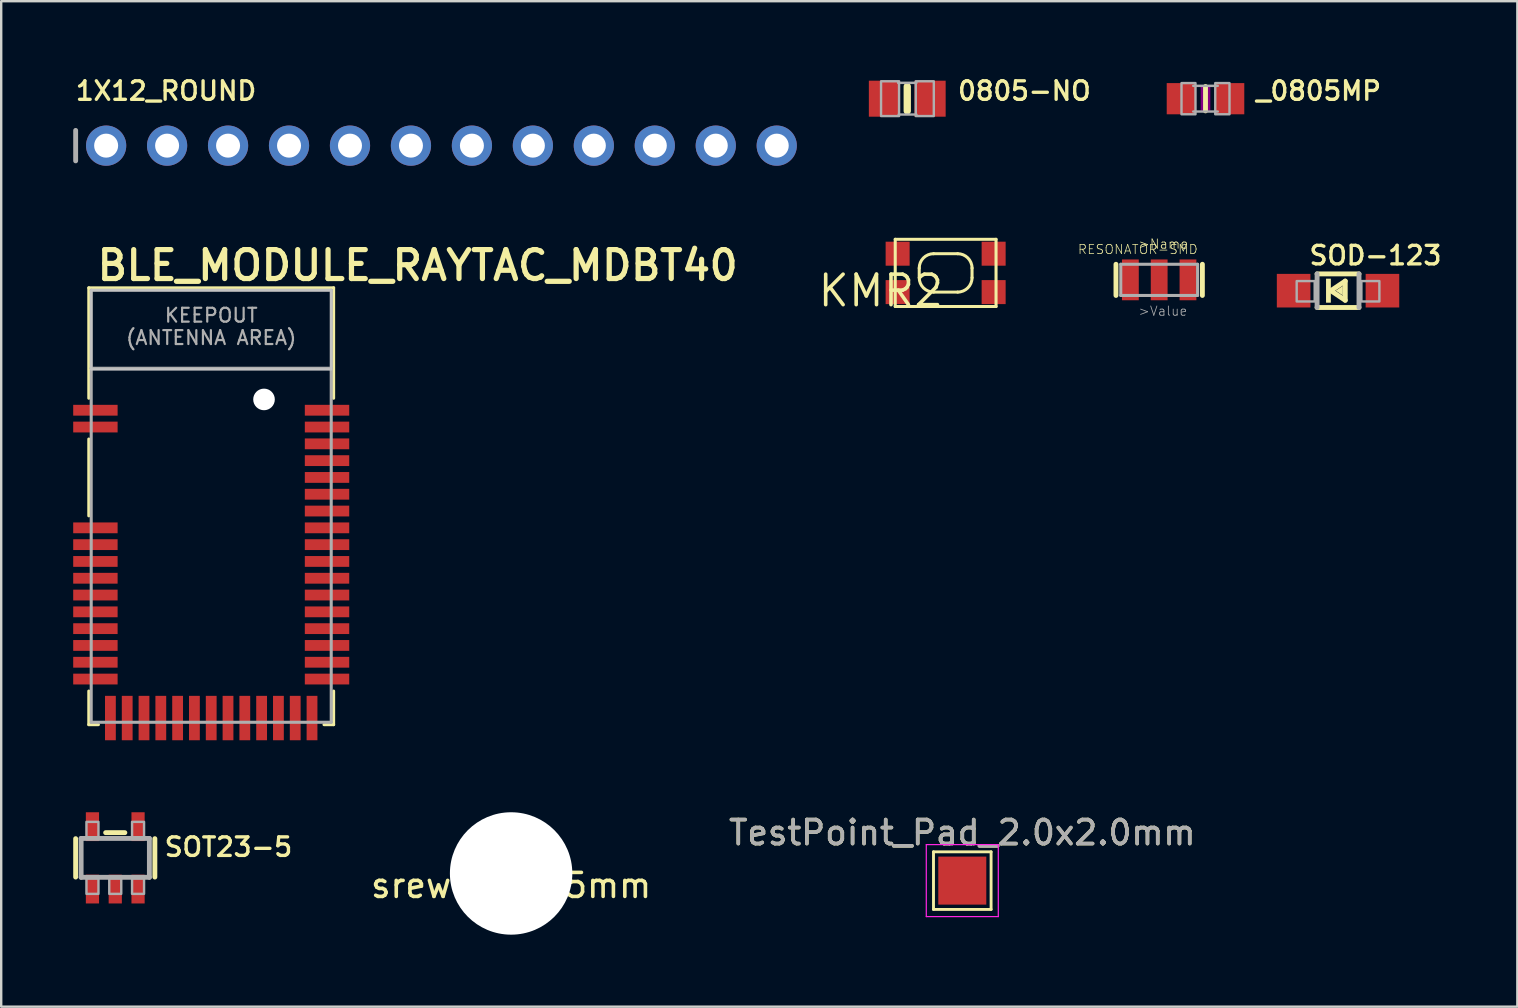
<source format=kicad_pcb>
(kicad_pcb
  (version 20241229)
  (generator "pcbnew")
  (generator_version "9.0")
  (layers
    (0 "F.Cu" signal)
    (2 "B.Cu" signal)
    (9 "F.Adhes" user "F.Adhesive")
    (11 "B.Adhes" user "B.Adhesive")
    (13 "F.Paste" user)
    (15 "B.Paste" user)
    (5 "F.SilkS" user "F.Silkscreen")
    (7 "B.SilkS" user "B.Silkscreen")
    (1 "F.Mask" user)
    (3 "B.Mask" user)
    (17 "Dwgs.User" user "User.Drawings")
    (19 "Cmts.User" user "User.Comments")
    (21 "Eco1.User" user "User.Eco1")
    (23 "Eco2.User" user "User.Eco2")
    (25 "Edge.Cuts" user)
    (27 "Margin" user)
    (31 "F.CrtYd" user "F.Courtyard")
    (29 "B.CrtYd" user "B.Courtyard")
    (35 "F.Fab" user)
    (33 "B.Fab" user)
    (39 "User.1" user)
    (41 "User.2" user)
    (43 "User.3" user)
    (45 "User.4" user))
  (footprint "SOT23-5"
    (layer "F.Cu")
    (at 1.752 32.692)
    (property "Reference" "SOT23-5" (at 1.978 0 180) (layer "F.SilkS") (effects (font (size 0.772 0.772) (thickness 0.139)) (justify left bottom)))
    (attr through_hole)
    (fp_line (start -1.65 -0.8) (end -1.65 0.8) (stroke (width 0.203) (type solid)) (layer "F.SilkS"))
    (fp_line (start -0.4 -1.05) (end 0.4 -1.05) (stroke (width 0.203) (type solid)) (layer "F.SilkS"))
    (fp_line (start 1.65 -0.8) (end 1.65 0.8) (stroke (width 0.203) (type solid)) (layer "F.SilkS"))
    (fp_line (start -1.422 -0.81) (end 1.422 -0.81) (stroke (width 0.203) (type solid)) (layer "F.Fab"))
    (fp_line (start -1.422 0.81) (end -1.422 -0.81) (stroke (width 0.203) (type solid)) (layer "F.Fab"))
    (fp_line (start 1.422 -0.81) (end 1.422 0.81) (stroke (width 0.203) (type solid)) (layer "F.Fab"))
    (fp_line (start 1.422 0.81) (end -1.422 0.81) (stroke (width 0.203) (type solid)) (layer "F.Fab"))
    (fp_poly (pts (xy -1.2 -0.85) (xy -0.7 -0.85) (xy -0.7 -1.5) (xy -1.2 -1.5)) (stroke (width 0.1) (type solid)) (fill no) (layer "F.Fab"))
    (fp_poly (pts (xy -1.2 1.5) (xy -0.7 1.5) (xy -0.7 0.85) (xy -1.2 0.85)) (stroke (width 0.1) (type solid)) (fill no) (layer "F.Fab"))
    (fp_poly (pts (xy -0.25 1.5) (xy 0.25 1.5) (xy 0.25 0.85) (xy -0.25 0.85)) (stroke (width 0.1) (type solid)) (fill no) (layer "F.Fab"))
    (fp_poly (pts (xy 0.7 -0.85) (xy 1.2 -0.85) (xy 1.2 -1.5) (xy 0.7 -1.5)) (stroke (width 0.1) (type solid)) (fill no) (layer "F.Fab"))
    (fp_poly (pts (xy 0.7 1.5) (xy 1.2 1.5) (xy 1.2 0.85) (xy 0.7 0.85)) (stroke (width 0.1) (type solid)) (fill no) (layer "F.Fab"))
    (pad "1" smd rect (at -0.95 1.3) (size 0.55 1.2) (layers "F.Cu" "F.Mask" "F.Paste"))
    (pad "2" smd rect (at 0 1.3) (size 0.55 1.2) (layers "F.Cu" "F.Mask" "F.Paste"))
    (pad "3" smd rect (at 0.95 1.3) (size 0.55 1.2) (layers "F.Cu" "F.Mask" "F.Paste"))
    (pad "4" smd rect (at 0.95 -1.3) (size 0.55 1.2) (layers "F.Cu" "F.Mask" "F.Paste"))
    (pad "5" smd rect (at -0.95 -1.3) (size 0.55 1.2) (layers "F.Cu" "F.Mask" "F.Paste")))
  (footprint "KMR2"
    (layer "F.Cu")
    (at 36.349 8.32)
    (property "Reference" "KMR2" (at 0 0 0) (layer "F.SilkS") (effects (font (size 1.27 1.27) (thickness 0.15)) (justify right top)))
    (attr through_hole)
    (fp_line (start -2.1 -1.4) (end 2.1 -1.4) (stroke (width 0.127) (type solid)) (layer "F.SilkS"))
    (fp_line (start -2.1 1.4) (end -2.1 -1.4) (stroke (width 0.127) (type solid)) (layer "F.SilkS"))
    (fp_line (start -1.1 0.2) (end -1.1 -0.2) (stroke (width 0.127) (type solid)) (layer "F.SilkS"))
    (fp_line (start -0.5 -0.8) (end 0.5 -0.8) (stroke (width 0.127) (type solid)) (layer "F.SilkS"))
    (fp_line (start 0.5 0.8) (end -0.5 0.8) (stroke (width 0.127) (type solid)) (layer "F.SilkS"))
    (fp_line (start 1.1 -0.2) (end 1.1 0.2) (stroke (width 0.127) (type solid)) (layer "F.SilkS"))
    (fp_line (start 2.1 -1.4) (end 2.1 1.4) (stroke (width 0.127) (type solid)) (layer "F.SilkS"))
    (fp_line (start 2.1 1.4) (end -2.1 1.4) (stroke (width 0.127) (type solid)) (layer "F.SilkS"))
    (fp_arc (start -1.1 -0.2) (mid -0.924263 -0.624264) (end -0.499998 -0.8) (stroke (width 0.127) (type solid)) (layer "F.SilkS"))
    (fp_arc (start -0.5 0.8) (mid -0.924264 0.624263) (end -1.1 0.199998) (stroke (width 0.127) (type solid)) (layer "F.SilkS"))
    (fp_arc (start 0.5 -0.8) (mid 0.924264 -0.624263) (end 1.1 -0.199998) (stroke (width 0.127) (type solid)) (layer "F.SilkS"))
    (fp_arc (start 1.1 0.2) (mid 0.924263 0.624264) (end 0.499998 0.8) (stroke (width 0.127) (type solid)) (layer "F.SilkS"))
    (pad "1" smd rect (at 2 -0.8) (size 1 1) (layers "F.Cu" "F.Mask" "F.Paste"))
    (pad "2" smd rect (at 2 0.8) (size 1 1) (layers "F.Cu" "F.Mask" "F.Paste"))
    (pad "3" smd rect (at -2 -0.8) (size 1 1) (layers "F.Cu" "F.Mask" "F.Paste"))
    (pad "4" smd rect (at -2 0.8) (size 1 1) (layers "F.Cu" "F.Mask" "F.Paste")))
  (footprint "_0805MP"
    (layer "F.Cu")
    (at 47.176 1.062)
    (property "Reference" "_0805MP" (at 2.032 0.127 180) (layer "F.SilkS") (effects (font (size 0.772 0.772) (thickness 0.139)) (justify left bottom)))
    (attr through_hole)
    (fp_line (start 0 -0.508) (end 0 0.508) (stroke (width 0.203) (type solid)) (layer "F.SilkS"))
    (fp_poly (pts (xy -0.2 0.5) (xy 0.2 0.5) (xy 0.2 -0.5) (xy -0.2 -0.5)) (stroke (width 0) (type solid)) (fill yes) (layer "F.Adhes"))
    (fp_line (start -0.51 -0.535) (end 0.51 -0.535) (stroke (width 0.102) (type solid)) (layer "F.Fab"))
    (fp_line (start -0.51 0.535) (end 0.51 0.535) (stroke (width 0.102) (type solid)) (layer "F.Fab"))
    (fp_poly (pts (xy -1 0.65) (xy -0.417 0.65) (xy -0.417 -0.65) (xy -1 -0.65)) (stroke (width 0.1) (type solid)) (fill no) (layer "F.Fab"))
    (fp_poly (pts (xy 0.406 0.65) (xy 1 0.65) (xy 1 -0.65) (xy 0.406 -0.65)) (stroke (width 0.1) (type solid)) (fill no) (layer "F.Fab"))
    (pad "1" smd rect (at -1.016 0) (size 1.2 1.3) (layers "F.Cu" "F.Mask" "F.Paste"))
    (pad "2" smd rect (at 1.016 0) (size 1.2 1.3) (layers "F.Cu" "F.Mask" "F.Paste")))
  (footprint "TestPoint_Pad_2.0x2.0mm"
    (layer "F.Cu")
    (at 37.043 33.64)
    (property "Reference" "TestPoint_Pad_2.0x2.0mm" (at 0 -1.998 0) (layer "F.SilkS") (effects (font (size 1 1) (thickness 0.15))))
    (attr exclude_from_pos_files exclude_from_bom)
    (fp_line (start -1.2 -1.2) (end 1.2 -1.2) (stroke (width 0.12) (type solid)) (layer "F.SilkS"))
    (fp_line (start -1.2 1.2) (end -1.2 -1.2) (stroke (width 0.12) (type solid)) (layer "F.SilkS"))
    (fp_line (start 1.2 -1.2) (end 1.2 1.2) (stroke (width 0.12) (type solid)) (layer "F.SilkS"))
    (fp_line (start 1.2 1.2) (end -1.2 1.2) (stroke (width 0.12) (type solid)) (layer "F.SilkS"))
    (fp_line (start -1.5 -1.5) (end -1.5 1.5) (stroke (width 0.05) (type solid)) (layer "F.CrtYd"))
    (fp_line (start -1.5 -1.5) (end 1.5 -1.5) (stroke (width 0.05) (type solid)) (layer "F.CrtYd"))
    (fp_line (start 1.5 1.5) (end -1.5 1.5) (stroke (width 0.05) (type solid)) (layer "F.CrtYd"))
    (fp_line (start 1.5 1.5) (end 1.5 -1.5) (stroke (width 0.05) (type solid)) (layer "F.CrtYd"))
    (fp_text user "${REFERENCE}" (at 0 -2 0) (layer "F.Fab") (effects (font (size 1 1) (thickness 0.15))))
    (pad "1" smd rect (at 0 0) (size 2 2) (layers "F.Cu" "F.Mask")))
  (footprint "1X12_ROUND"
    (layer "F.Cu")
    (at 15.342 3.018)
    (property "Reference" "1X12_ROUND" (at -15.316 -1.829 0) (layer "F.SilkS") (effects (font (size 0.772 0.772) (thickness 0.139)) (justify left bottom)))
    (attr through_hole)
    (fp_line (start -15.24 -0.635) (end -15.24 0.635) (stroke (width 0.203) (type solid)) (layer "F.Fab"))
    (fp_poly (pts (xy -14.224 0.254) (xy -13.716 0.254) (xy -13.716 -0.254) (xy -14.224 -0.254)) (stroke (width 0.1) (type solid)) (fill no) (layer "F.Fab"))
    (fp_poly (pts (xy -11.684 0.254) (xy -11.176 0.254) (xy -11.176 -0.254) (xy -11.684 -0.254)) (stroke (width 0.1) (type solid)) (fill no) (layer "F.Fab"))
    (fp_poly (pts (xy -9.144 0.254) (xy -8.636 0.254) (xy -8.636 -0.254) (xy -9.144 -0.254)) (stroke (width 0.1) (type solid)) (fill no) (layer "F.Fab"))
    (fp_poly (pts (xy -6.604 0.254) (xy -6.096 0.254) (xy -6.096 -0.254) (xy -6.604 -0.254)) (stroke (width 0.1) (type solid)) (fill no) (layer "F.Fab"))
    (fp_poly (pts (xy -4.064 0.254) (xy -3.556 0.254) (xy -3.556 -0.254) (xy -4.064 -0.254)) (stroke (width 0.1) (type solid)) (fill no) (layer "F.Fab"))
    (fp_poly (pts (xy -1.524 0.254) (xy -1.016 0.254) (xy -1.016 -0.254) (xy -1.524 -0.254)) (stroke (width 0.1) (type solid)) (fill no) (layer "F.Fab"))
    (fp_poly (pts (xy 1.016 0.254) (xy 1.524 0.254) (xy 1.524 -0.254) (xy 1.016 -0.254)) (stroke (width 0.1) (type solid)) (fill no) (layer "F.Fab"))
    (fp_poly (pts (xy 3.556 0.254) (xy 4.064 0.254) (xy 4.064 -0.254) (xy 3.556 -0.254)) (stroke (width 0.1) (type solid)) (fill no) (layer "F.Fab"))
    (fp_poly (pts (xy 6.096 0.254) (xy 6.604 0.254) (xy 6.604 -0.254) (xy 6.096 -0.254)) (stroke (width 0.1) (type solid)) (fill no) (layer "F.Fab"))
    (fp_poly (pts (xy 8.636 0.254) (xy 9.144 0.254) (xy 9.144 -0.254) (xy 8.636 -0.254)) (stroke (width 0.1) (type solid)) (fill no) (layer "F.Fab"))
    (fp_poly (pts (xy 11.176 0.254) (xy 11.684 0.254) (xy 11.684 -0.254) (xy 11.176 -0.254)) (stroke (width 0.1) (type solid)) (fill no) (layer "F.Fab"))
    (fp_poly (pts (xy 13.716 0.254) (xy 14.224 0.254) (xy 14.224 -0.254) (xy 13.716 -0.254)) (stroke (width 0.1) (type solid)) (fill no) (layer "F.Fab"))
    (pad "1" thru_hole circle (at -13.97 0 90) (size 1.676 1.676) (drill 1) (layers "*.Cu" "*.Mask"))
    (pad "2" thru_hole circle (at -11.43 0 90) (size 1.676 1.676) (drill 1) (layers "*.Cu" "*.Mask"))
    (pad "3" thru_hole circle (at -8.89 0 90) (size 1.676 1.676) (drill 1) (layers "*.Cu" "*.Mask"))
    (pad "4" thru_hole circle (at -6.35 0 90) (size 1.676 1.676) (drill 1) (layers "*.Cu" "*.Mask"))
    (pad "5" thru_hole circle (at -3.81 0 90) (size 1.676 1.676) (drill 1) (layers "*.Cu" "*.Mask"))
    (pad "6" thru_hole circle (at -1.27 0 90) (size 1.676 1.676) (drill 1) (layers "*.Cu" "*.Mask"))
    (pad "7" thru_hole circle (at 1.27 0 90) (size 1.676 1.676) (drill 1) (layers "*.Cu" "*.Mask"))
    (pad "8" thru_hole circle (at 3.81 0 90) (size 1.676 1.676) (drill 1) (layers "*.Cu" "*.Mask"))
    (pad "9" thru_hole circle (at 6.35 0 90) (size 1.676 1.676) (drill 1) (layers "*.Cu" "*.Mask"))
    (pad "10" thru_hole circle (at 8.89 0 90) (size 1.676 1.676) (drill 1) (layers "*.Cu" "*.Mask"))
    (pad "11" thru_hole circle (at 11.43 0 90) (size 1.676 1.676) (drill 1) (layers "*.Cu" "*.Mask"))
    (pad "12" thru_hole circle (at 13.97 0 90) (size 1.676 1.676) (drill 1) (layers "*.Cu" "*.Mask")))
  (footprint "BLE_MODULE_RAYTAC_MDBT40"
    (layer "F.Cu")
    (at 5.75 18.042)
    (property "Reference" "BLE_MODULE_RAYTAC_MDBT40" (at -4.866 -9.328 180) (layer "F.SilkS") (effects (font (size 1.206 1.206) (thickness 0.217)) (justify left bottom)))
    (attr through_hole)
    (fp_line (start -5.1 -9.1) (end 5.1 -9.1) (stroke (width 0.127) (type solid)) (layer "F.SilkS"))
    (fp_line (start -5.1 -4.5) (end -5.1 -9.1) (stroke (width 0.127) (type solid)) (layer "F.SilkS"))
    (fp_line (start -5.1 -2.8) (end -5.1 0.4) (stroke (width 0.127) (type solid)) (layer "F.SilkS"))
    (fp_line (start -5.1 7.7) (end -5.1 9.1) (stroke (width 0.127) (type solid)) (layer "F.SilkS"))
    (fp_line (start -5.1 9.1) (end -4.7 9.1) (stroke (width 0.127) (type solid)) (layer "F.SilkS"))
    (fp_line (start 4.7 9.1) (end 5.1 9.1) (stroke (width 0.127) (type solid)) (layer "F.SilkS"))
    (fp_line (start 5.1 -9.1) (end 5.1 -4.5) (stroke (width 0.127) (type solid)) (layer "F.SilkS"))
    (fp_line (start 5.1 9.1) (end 5.1 7.7) (stroke (width 0.127) (type solid)) (layer "F.SilkS"))
    (fp_poly (pts (xy -5 -5.7) (xy 5 -5.7) (xy 5 -9) (xy -5 -9)) (stroke (width 0.1) (type solid)) (fill no) (layer "Dwgs.User"))
    (fp_line (start -5 -9) (end 5 -9) (stroke (width 0.127) (type solid)) (layer "F.Fab"))
    (fp_line (start -5 -5.75) (end -5 -9) (stroke (width 0.127) (type solid)) (layer "F.Fab"))
    (fp_line (start -5 -5.75) (end 5 -5.75) (stroke (width 0.127) (type solid)) (layer "F.Fab"))
    (fp_line (start -5 9) (end -5 -5.75) (stroke (width 0.127) (type solid)) (layer "F.Fab"))
    (fp_line (start 5 -9) (end 5 -5.75) (stroke (width 0.127) (type solid)) (layer "F.Fab"))
    (fp_line (start 5 -5.75) (end 5 9) (stroke (width 0.127) (type solid)) (layer "F.Fab"))
    (fp_line (start 5 9) (end -5 9) (stroke (width 0.127) (type solid)) (layer "F.Fab"))
    (fp_text user "KEEPOUT\n(ANTENNA AREA)" (at 0 -7.488 0) (layer "F.Fab") (effects (font (size 0.579 0.579) (thickness 0.091))))
    (pad "" np_thru_hole circle (at 2.2 -4.45) (size 0.9 0.9) (drill 0.9) (layers "*.Cu" "*.Mask"))
    (pad "1" smd rect (at -4.825 -4) (size 1.85 0.45) (layers "F.Cu" "F.Mask" "F.Paste"))
    (pad "2" smd rect (at -4.825 -3.3) (size 1.85 0.45) (layers "F.Cu" "F.Mask" "F.Paste"))
    (pad "3" smd rect (at -4.825 0.9) (size 1.85 0.45) (layers "F.Cu" "F.Mask" "F.Paste"))
    (pad "4" smd rect (at -4.825 1.6) (size 1.85 0.45) (layers "F.Cu" "F.Mask" "F.Paste"))
    (pad "5" smd rect (at -4.825 2.3) (size 1.85 0.45) (layers "F.Cu" "F.Mask" "F.Paste"))
    (pad "6" smd rect (at -4.825 3) (size 1.85 0.45) (layers "F.Cu" "F.Mask" "F.Paste"))
    (pad "7" smd rect (at -4.825 3.7) (size 1.85 0.45) (layers "F.Cu" "F.Mask" "F.Paste"))
    (pad "8" smd rect (at -4.825 4.4) (size 1.85 0.45) (layers "F.Cu" "F.Mask" "F.Paste"))
    (pad "9" smd rect (at -4.825 5.1) (size 1.85 0.45) (layers "F.Cu" "F.Mask" "F.Paste"))
    (pad "10" smd rect (at -4.825 5.8) (size 1.85 0.45) (layers "F.Cu" "F.Mask" "F.Paste"))
    (pad "11" smd rect (at -4.825 6.5) (size 1.85 0.45) (layers "F.Cu" "F.Mask" "F.Paste"))
    (pad "12" smd rect (at -4.825 7.2) (size 1.85 0.45) (layers "F.Cu" "F.Mask" "F.Paste"))
    (pad "13" smd rect (at -4.2 8.825 90) (size 1.85 0.45) (layers "F.Cu" "F.Mask" "F.Paste"))
    (pad "14" smd rect (at -3.5 8.825 90) (size 1.85 0.45) (layers "F.Cu" "F.Mask" "F.Paste"))
    (pad "15" smd rect (at -2.8 8.825 90) (size 1.85 0.45) (layers "F.Cu" "F.Mask" "F.Paste"))
    (pad "16" smd rect (at -2.1 8.825 90) (size 1.85 0.45) (layers "F.Cu" "F.Mask" "F.Paste"))
    (pad "17" smd rect (at -1.4 8.825 90) (size 1.85 0.45) (layers "F.Cu" "F.Mask" "F.Paste"))
    (pad "18" smd rect (at -0.7 8.825 90) (size 1.85 0.45) (layers "F.Cu" "F.Mask" "F.Paste"))
    (pad "19" smd rect (at 0 8.825 90) (size 1.85 0.45) (layers "F.Cu" "F.Mask" "F.Paste"))
    (pad "20" smd rect (at 0.7 8.825 90) (size 1.85 0.45) (layers "F.Cu" "F.Mask" "F.Paste"))
    (pad "21" smd rect (at 1.4 8.825 90) (size 1.85 0.45) (layers "F.Cu" "F.Mask" "F.Paste"))
    (pad "22" smd rect (at 2.1 8.825 90) (size 1.85 0.45) (layers "F.Cu" "F.Mask" "F.Paste"))
    (pad "23" smd rect (at 2.8 8.825 90) (size 1.85 0.45) (layers "F.Cu" "F.Mask" "F.Paste"))
    (pad "24" smd rect (at 3.5 8.825 90) (size 1.85 0.45) (layers "F.Cu" "F.Mask" "F.Paste"))
    (pad "25" smd rect (at 4.2 8.825 90) (size 1.85 0.45) (layers "F.Cu" "F.Mask" "F.Paste"))
    (pad "26" smd rect (at 4.825 7.2) (size 1.85 0.45) (layers "F.Cu" "F.Mask" "F.Paste"))
    (pad "27" smd rect (at 4.825 6.5) (size 1.85 0.45) (layers "F.Cu" "F.Mask" "F.Paste"))
    (pad "28" smd rect (at 4.825 5.8) (size 1.85 0.45) (layers "F.Cu" "F.Mask" "F.Paste"))
    (pad "29" smd rect (at 4.825 5.1) (size 1.85 0.45) (layers "F.Cu" "F.Mask" "F.Paste"))
    (pad "30" smd rect (at 4.825 4.4) (size 1.85 0.45) (layers "F.Cu" "F.Mask" "F.Paste"))
    (pad "31" smd rect (at 4.825 3.7) (size 1.85 0.45) (layers "F.Cu" "F.Mask" "F.Paste"))
    (pad "32" smd rect (at 4.825 3) (size 1.85 0.45) (layers "F.Cu" "F.Mask" "F.Paste"))
    (pad "33" smd rect (at 4.825 2.3) (size 1.85 0.45) (layers "F.Cu" "F.Mask" "F.Paste"))
    (pad "34" smd rect (at 4.825 1.6) (size 1.85 0.45) (layers "F.Cu" "F.Mask" "F.Paste"))
    (pad "35" smd rect (at 4.825 0.9) (size 1.85 0.45) (layers "F.Cu" "F.Mask" "F.Paste"))
    (pad "36" smd rect (at 4.825 0.2) (size 1.85 0.45) (layers "F.Cu" "F.Mask" "F.Paste"))
    (pad "37" smd rect (at 4.825 -0.5) (size 1.85 0.45) (layers "F.Cu" "F.Mask" "F.Paste"))
    (pad "38" smd rect (at 4.825 -1.2) (size 1.85 0.45) (layers "F.Cu" "F.Mask" "F.Paste"))
    (pad "39" smd rect (at 4.825 -1.9) (size 1.85 0.45) (layers "F.Cu" "F.Mask" "F.Paste"))
    (pad "40" smd rect (at 4.825 -2.6) (size 1.85 0.45) (layers "F.Cu" "F.Mask" "F.Paste"))
    (pad "41" smd rect (at 4.825 -3.3) (size 1.85 0.45) (layers "F.Cu" "F.Mask" "F.Paste"))
    (pad "42" smd rect (at 4.825 -4) (size 1.85 0.45) (layers "F.Cu" "F.Mask" "F.Paste")))
  (footprint "srew hole 5mm"
    (layer "F.Cu")
    (at 18.245 33.342)
    (property "Reference" "srew hole 5mm" (at 0 0.5 0) (layer "F.SilkS") (effects (font (size 1 1) (thickness 0.15))))
    (attr through_hole)
    (fp_circle (center 0 0) (end 1.27 1.27) (stroke (width 0.12) (type solid)) (fill no) (layer "Dwgs.User"))
    (fp_poly (pts (xy 1.27 -1.27) (xy 1.796 0) (xy 1.27 1.27) (xy 0 1.796) (xy -1.27 1.27) (xy -1.796 0) (xy -1.27 -1.27) (xy 0 -1.796)) (stroke (width 0.1) (type solid)) (fill no) (layer "Dwgs.User"))
    (pad "" np_thru_hole circle (at 0 0) (size 5.1 5.1) (drill 5.1) (layers "*.Cu" "*.Mask")))
  (footprint "SOD-123"
    (layer "F.Cu")
    (at 52.698 9.061)
    (property "Reference" "SOD-123" (at -1.27 -1.016 180) (layer "F.SilkS") (effects (font (size 0.772 0.772) (thickness 0.139)) (justify left bottom)))
    (attr through_hole)
    (fp_line (start -0.873 -0.7) (end 0.873 -0.7) (stroke (width 0.203) (type solid)) (layer "F.SilkS"))
    (fp_line (start -0.3 0) (end 0.3 -0.4) (stroke (width 0.203) (type solid)) (layer "F.SilkS"))
    (fp_line (start 0.3 -0.4) (end 0.3 0.4) (stroke (width 0.203) (type solid)) (layer "F.SilkS"))
    (fp_line (start 0.3 0.4) (end -0.3 0) (stroke (width 0.203) (type solid)) (layer "F.SilkS"))
    (fp_line (start 0.873 0.7) (end -0.873 0.7) (stroke (width 0.203) (type solid)) (layer "F.SilkS"))
    (fp_poly (pts (xy -0.1 0) (xy 0.2 -0.2) (xy 0.2 0.2)) (stroke (width 0) (type solid)) (fill yes) (layer "F.SilkS"))
    (fp_poly (pts (xy -0.5 0.5) (xy -0.3 0.5) (xy -0.3 -0.5) (xy -0.5 -0.5)) (stroke (width 0) (type solid)) (fill yes) (layer "F.SilkS"))
    (fp_line (start -0.873 0.7) (end -0.873 -0.7) (stroke (width 0.203) (type solid)) (layer "F.Fab"))
    (fp_line (start 0.873 -0.7) (end 0.873 0.7) (stroke (width 0.203) (type solid)) (layer "F.Fab"))
    (fp_poly (pts (xy -1.723 0.45) (xy -0.973 0.45) (xy -0.973 -0.4) (xy -1.723 -0.4)) (stroke (width 0.1) (type solid)) (fill no) (layer "F.Fab"))
    (fp_poly (pts (xy 0.973 0.45) (xy 1.723 0.45) (xy 1.723 -0.4) (xy 0.973 -0.4)) (stroke (width 0.1) (type solid)) (fill no) (layer "F.Fab"))
    (pad "A" smd rect (at 1.85 0 90) (size 1.4 1.4) (layers "F.Cu" "F.Mask" "F.Paste"))
    (pad "C" smd rect (at -1.85 0 90) (size 1.4 1.4) (layers "F.Cu" "F.Mask" "F.Paste")))
  (footprint "0805-NO"
    (layer "F.Cu")
    (at 34.75 1.062)
    (property "Reference" "0805-NO" (at 2.032 0.127 0) (layer "F.SilkS") (effects (font (size 0.772 0.772) (thickness 0.139)) (justify left bottom)))
    (attr through_hole)
    (fp_line (start 0 -0.508) (end 0 0.508) (stroke (width 0.305) (type solid)) (layer "F.SilkS"))
    (fp_line (start -0.381 -0.66) (end 0.381 -0.66) (stroke (width 0.102) (type solid)) (layer "F.Fab"))
    (fp_line (start -0.356 0.66) (end 0.381 0.66) (stroke (width 0.102) (type solid)) (layer "F.Fab"))
    (fp_poly (pts (xy -1.092 0.724) (xy -0.342 0.724) (xy -0.342 -0.726) (xy -1.092 -0.726)) (stroke (width 0.1) (type solid)) (fill no) (layer "F.Fab"))
    (fp_poly (pts (xy 0.356 0.724) (xy 1.106 0.724) (xy 1.106 -0.726) (xy 0.356 -0.726)) (stroke (width 0.1) (type solid)) (fill no) (layer "F.Fab"))
    (pad "1" smd rect (at -0.95 0) (size 1.3 1.5) (layers "F.Cu" "F.Mask" "F.Paste"))
    (pad "2" smd rect (at 0.95 0) (size 1.3 1.5) (layers "F.Cu" "F.Mask" "F.Paste")))
  (footprint "RESONATOR-SMD"
    (layer "F.Cu")
    (at 45.246 8.61)
    (property "Reference" "RESONATOR-SMD" (at -0.889 -1.27 180) (layer "F.SilkS") (effects (font (size 0.386 0.386) (thickness 0.031))))
    (attr through_hole)
    (fp_line (start -1.8 0.65) (end -1.8 -0.65) (stroke (width 0.203) (type solid)) (layer "F.SilkS"))
    (fp_line (start 1.8 -0.65) (end 1.8 0.65) (stroke (width 0.203) (type solid)) (layer "F.SilkS"))
    (fp_line (start -1.6 -0.65) (end 1.6 -0.65) (stroke (width 0.127) (type solid)) (layer "F.Fab"))
    (fp_line (start -1.6 0.65) (end -1.6 -0.65) (stroke (width 0.127) (type solid)) (layer "F.Fab"))
    (fp_line (start 1.6 -0.65) (end 1.6 0.65) (stroke (width 0.127) (type solid)) (layer "F.Fab"))
    (fp_line (start 1.6 0.65) (end -1.6 0.65) (stroke (width 0.127) (type solid)) (layer "F.Fab"))
    (fp_text user ">Name" (at -0.889 -1.27 0) (layer "F.SilkS") (effects (font (size 0.386 0.386) (thickness 0.033)) (justify left bottom)))
    (fp_text user ">Value" (at -0.889 1.524 0) (layer "F.Fab") (effects (font (size 0.386 0.386) (thickness 0.033)) (justify left bottom)))
    (pad "1" smd rect (at -1.2 0) (size 0.7 1.7) (layers "F.Cu" "F.Mask" "F.Paste"))
    (pad "2" smd rect (at 0 0) (size 0.7 1.7) (layers "F.Cu" "F.Mask" "F.Paste"))
    (pad "3" smd rect (at 1.2 0) (size 0.7 1.7) (layers "F.Cu" "F.Mask" "F.Paste")))
  (gr_rect
    (start -3 -3)
    (end 60.169 38.892)
    (stroke (width 0.1) (type default))
    (fill no)
    (layer "Edge.Cuts")))
</source>
